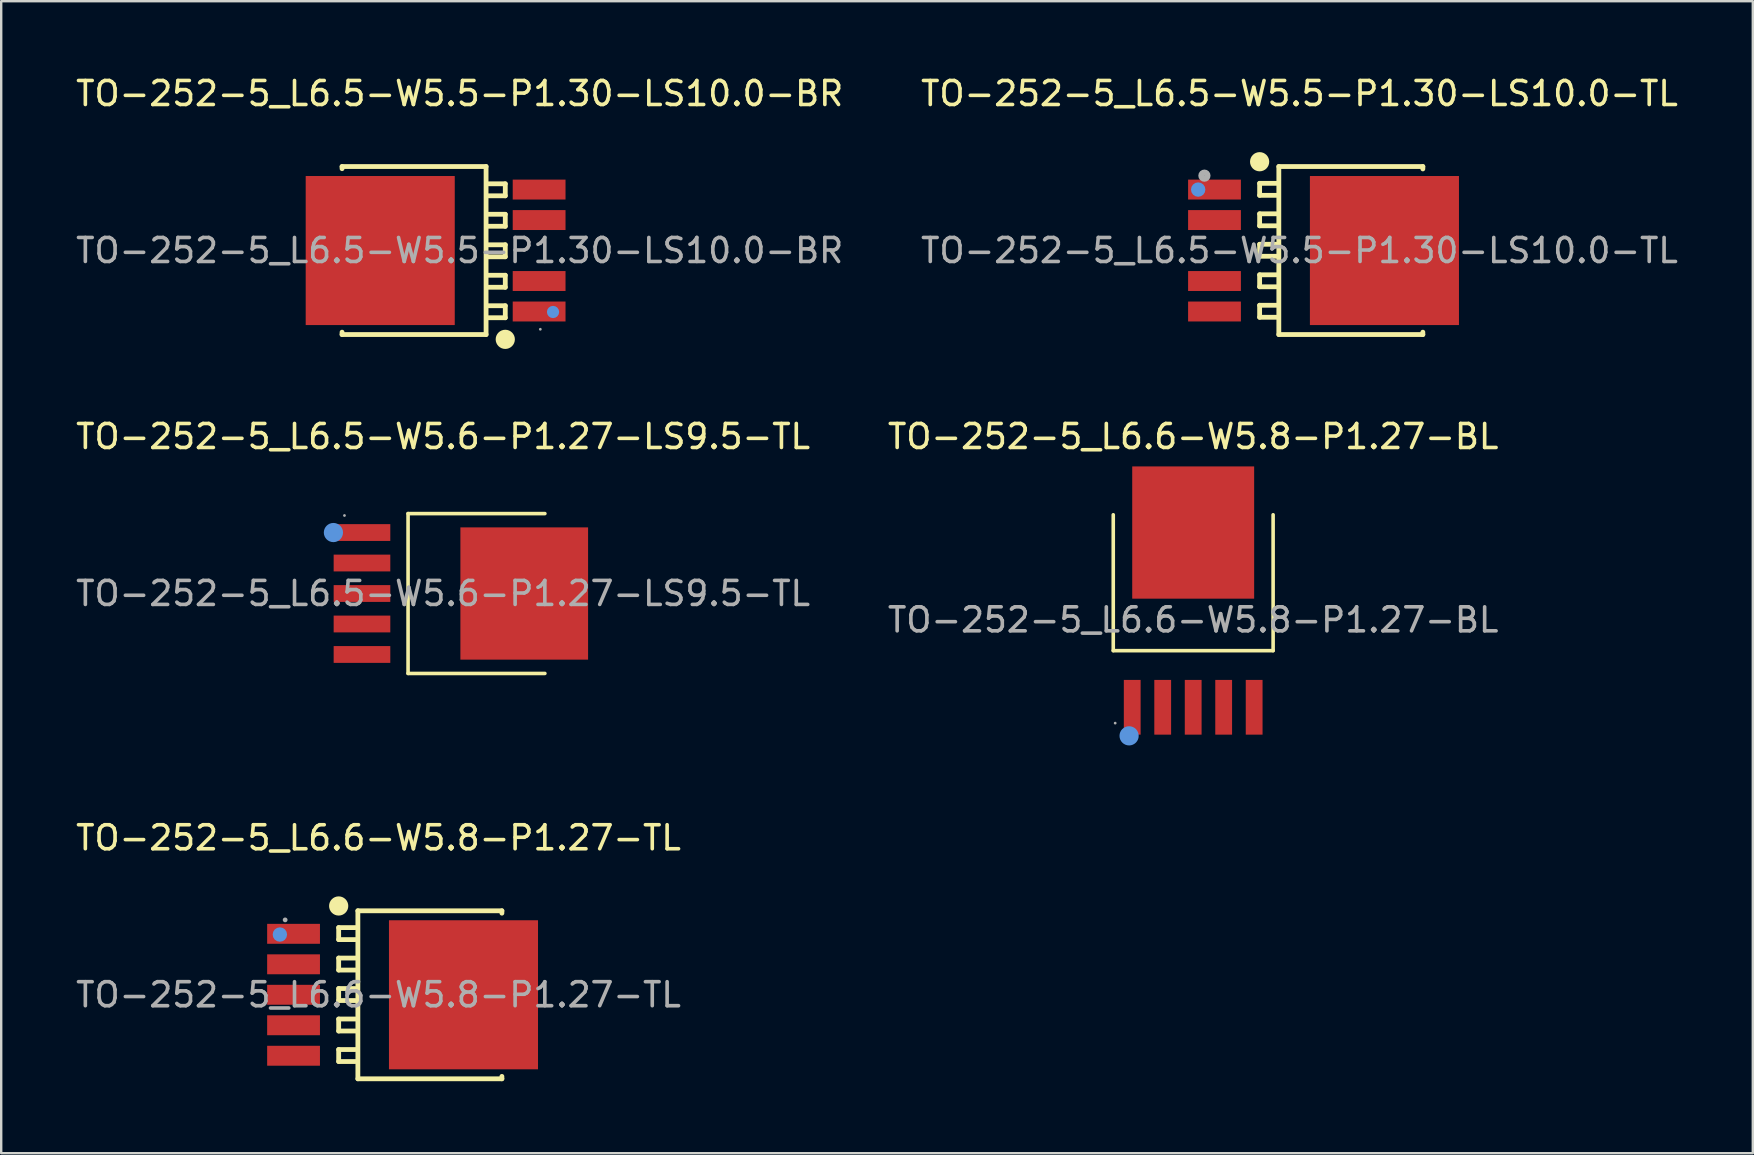
<source format=kicad_pcb>
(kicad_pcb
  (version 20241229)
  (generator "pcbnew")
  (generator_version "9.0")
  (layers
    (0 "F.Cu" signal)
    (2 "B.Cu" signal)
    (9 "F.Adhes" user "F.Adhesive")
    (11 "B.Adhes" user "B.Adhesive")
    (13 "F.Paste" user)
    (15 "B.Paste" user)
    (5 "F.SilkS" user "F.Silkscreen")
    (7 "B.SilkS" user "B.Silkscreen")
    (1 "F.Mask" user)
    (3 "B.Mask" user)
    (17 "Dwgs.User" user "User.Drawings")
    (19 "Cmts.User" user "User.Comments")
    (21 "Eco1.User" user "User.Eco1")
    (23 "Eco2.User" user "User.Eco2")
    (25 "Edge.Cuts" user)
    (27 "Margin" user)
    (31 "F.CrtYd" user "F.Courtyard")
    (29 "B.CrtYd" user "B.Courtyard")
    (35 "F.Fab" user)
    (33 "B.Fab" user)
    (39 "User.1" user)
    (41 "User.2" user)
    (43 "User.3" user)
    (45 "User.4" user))
  (footprint "TO-252-5_L6.6-W5.8-P1.27-TL"
    (layer "F.Cu")
    (at 12.72 38.395)
    (property "Reference" "TO-252-5_L6.6-W5.8-P1.27-TL" (at 0 -6.54 0) (layer "F.SilkS") (effects (font (size 1 1) (thickness 0.15))))
    (attr through_hole)
    (fp_line (start -1.66 -2.8) (end -0.96 -2.8) (stroke (width 0.2) (type solid)) (layer "F.SilkS"))
    (fp_line (start -1.66 -2.3) (end -1.66 -2.8) (stroke (width 0.2) (type solid)) (layer "F.SilkS"))
    (fp_line (start -1.66 -1.53) (end -1.66 -1.03) (stroke (width 0.2) (type solid)) (layer "F.SilkS"))
    (fp_line (start -1.66 -1.03) (end -0.96 -1.03) (stroke (width 0.2) (type solid)) (layer "F.SilkS"))
    (fp_line (start -1.66 -0.26) (end -1.66 0.24) (stroke (width 0.2) (type solid)) (layer "F.SilkS"))
    (fp_line (start -1.66 0.24) (end -0.96 0.24) (stroke (width 0.2) (type solid)) (layer "F.SilkS"))
    (fp_line (start -1.66 1.01) (end -1.66 1.51) (stroke (width 0.2) (type solid)) (layer "F.SilkS"))
    (fp_line (start -1.66 1.51) (end -0.96 1.51) (stroke (width 0.2) (type solid)) (layer "F.SilkS"))
    (fp_line (start -1.66 2.28) (end -1.66 2.78) (stroke (width 0.2) (type solid)) (layer "F.SilkS"))
    (fp_line (start -1.66 2.78) (end -0.96 2.78) (stroke (width 0.2) (type solid)) (layer "F.SilkS"))
    (fp_line (start -0.96 -2.3) (end -1.66 -2.3) (stroke (width 0.2) (type solid)) (layer "F.SilkS"))
    (fp_line (start -0.96 -1.53) (end -1.66 -1.53) (stroke (width 0.2) (type solid)) (layer "F.SilkS"))
    (fp_line (start -0.96 -0.26) (end -1.66 -0.26) (stroke (width 0.2) (type solid)) (layer "F.SilkS"))
    (fp_line (start -0.96 1.01) (end -1.66 1.01) (stroke (width 0.2) (type solid)) (layer "F.SilkS"))
    (fp_line (start -0.96 2.28) (end -1.66 2.28) (stroke (width 0.2) (type solid)) (layer "F.SilkS"))
    (fp_line (start -0.86 -3.5) (end -0.86 3.5) (stroke (width 0.2) (type solid)) (layer "F.SilkS"))
    (fp_line (start -0.86 3.5) (end 5.14 3.5) (stroke (width 0.2) (type solid)) (layer "F.SilkS"))
    (fp_line (start 5.14 -3.5) (end -0.86 -3.5) (stroke (width 0.2) (type solid)) (layer "F.SilkS"))
    (fp_line (start 5.14 -3.4) (end 5.14 -3.5) (stroke (width 0.2) (type solid)) (layer "F.SilkS"))
    (fp_line (start 5.14 3.5) (end 5.14 3.4) (stroke (width 0.2) (type solid)) (layer "F.SilkS"))
    (fp_arc (start -1.66 -3.7) (mid -1.66 -3.7) (end -1.66 -3.7) (stroke (width 0.4) (type solid)) (layer "F.SilkS"))
    (fp_circle (center -4.11 -2.51) (end -3.96 -2.51) (stroke (width 0.3) (type solid)) (fill no) (layer "Cmts.User"))
    (fp_circle (center -3.89 -3.12) (end -3.84 -3.12) (stroke (width 0.1) (type solid)) (fill no) (layer "F.Fab"))
    (fp_text user "${REFERENCE}" (at 0 0 0) (layer "F.Fab") (effects (font (size 1 1) (thickness 0.15))))
    (pad "1" smd rect (at -3.54 -2.54 270) (size 0.83 2.2) (layers "F.Cu" "F.Mask" "F.Paste"))
    (pad "2" smd rect (at -3.54 -1.27 270) (size 0.83 2.2) (layers "F.Cu" "F.Mask" "F.Paste"))
    (pad "3" smd rect (at -3.54 0 270) (size 0.83 2.2) (layers "F.Cu" "F.Mask" "F.Paste"))
    (pad "4" smd rect (at -3.54 1.27 270) (size 0.83 2.2) (layers "F.Cu" "F.Mask" "F.Paste"))
    (pad "5" smd rect (at -3.54 2.54 270) (size 0.83 2.2) (layers "F.Cu" "F.Mask" "F.Paste"))
    (pad "6" smd rect (at 3.54 0 270) (size 6.21 6.21) (layers "F.Cu" "F.Mask" "F.Paste")))
  (footprint "TO-252-5_L6.5-W5.5-P1.30-LS10.0-TL"
    (layer "F.Cu")
    (at 51.089 7.388)
    (property "Reference" "TO-252-5_L6.5-W5.5-P1.30-LS10.0-TL" (at 0 -6.54 0) (layer "F.SilkS") (effects (font (size 1 1) (thickness 0.15))))
    (attr through_hole)
    (fp_line (start -1.66 -2.8) (end -0.96 -2.8) (stroke (width 0.2) (type solid)) (layer "F.SilkS"))
    (fp_line (start -1.66 -2.3) (end -1.66 -2.8) (stroke (width 0.2) (type solid)) (layer "F.SilkS"))
    (fp_line (start -1.66 -1.53) (end -1.66 -1.03) (stroke (width 0.2) (type solid)) (layer "F.SilkS"))
    (fp_line (start -1.66 -1.03) (end -0.96 -1.03) (stroke (width 0.2) (type solid)) (layer "F.SilkS"))
    (fp_line (start -1.66 -0.26) (end -1.66 0.24) (stroke (width 0.2) (type solid)) (layer "F.SilkS"))
    (fp_line (start -1.66 0.24) (end -0.96 0.24) (stroke (width 0.2) (type solid)) (layer "F.SilkS"))
    (fp_line (start -1.66 1.01) (end -1.66 1.51) (stroke (width 0.2) (type solid)) (layer "F.SilkS"))
    (fp_line (start -1.66 1.51) (end -0.96 1.51) (stroke (width 0.2) (type solid)) (layer "F.SilkS"))
    (fp_line (start -1.66 2.28) (end -1.66 2.78) (stroke (width 0.2) (type solid)) (layer "F.SilkS"))
    (fp_line (start -1.66 2.78) (end -0.96 2.78) (stroke (width 0.2) (type solid)) (layer "F.SilkS"))
    (fp_line (start -0.96 -2.3) (end -1.66 -2.3) (stroke (width 0.2) (type solid)) (layer "F.SilkS"))
    (fp_line (start -0.96 -1.53) (end -1.66 -1.53) (stroke (width 0.2) (type solid)) (layer "F.SilkS"))
    (fp_line (start -0.96 -0.26) (end -1.66 -0.26) (stroke (width 0.2) (type solid)) (layer "F.SilkS"))
    (fp_line (start -0.96 1.01) (end -1.66 1.01) (stroke (width 0.2) (type solid)) (layer "F.SilkS"))
    (fp_line (start -0.96 2.28) (end -1.66 2.28) (stroke (width 0.2) (type solid)) (layer "F.SilkS"))
    (fp_line (start -0.86 -3.5) (end -0.86 3.5) (stroke (width 0.2) (type solid)) (layer "F.SilkS"))
    (fp_line (start -0.86 3.5) (end 5.14 3.5) (stroke (width 0.2) (type solid)) (layer "F.SilkS"))
    (fp_line (start 5.14 -3.5) (end -0.86 -3.5) (stroke (width 0.2) (type solid)) (layer "F.SilkS"))
    (fp_line (start 5.14 -3.4) (end 5.14 -3.5) (stroke (width 0.2) (type solid)) (layer "F.SilkS"))
    (fp_line (start 5.14 3.5) (end 5.14 3.4) (stroke (width 0.2) (type solid)) (layer "F.SilkS"))
    (fp_arc (start -1.66 -3.7) (mid -1.66 -3.7) (end -1.66 -3.7) (stroke (width 0.4) (type solid)) (layer "F.SilkS"))
    (fp_circle (center -4.22 -2.54) (end -4.07 -2.54) (stroke (width 0.3) (type solid)) (fill no) (layer "Cmts.User"))
    (fp_circle (center -3.96 -3.12) (end -3.83 -3.12) (stroke (width 0.25) (type solid)) (fill no) (layer "F.Fab"))
    (fp_text user "${REFERENCE}" (at 0 0 0) (layer "F.Fab") (effects (font (size 1 1) (thickness 0.15))))
    (pad "1" smd rect (at -3.54 -2.54 270) (size 0.83 2.2) (layers "F.Cu" "F.Mask" "F.Paste"))
    (pad "2" smd rect (at -3.54 -1.27 270) (size 0.83 2.2) (layers "F.Cu" "F.Mask" "F.Paste"))
    (pad "4" smd rect (at -3.54 1.27 270) (size 0.83 2.2) (layers "F.Cu" "F.Mask" "F.Paste"))
    (pad "5" smd rect (at -3.54 2.54 270) (size 0.83 2.2) (layers "F.Cu" "F.Mask" "F.Paste"))
    (pad "6" smd rect (at 3.54 0 270) (size 6.21 6.21) (layers "F.Cu" "F.Mask" "F.Paste")))
  (footprint "TO-252-5_L6.5-W5.5-P1.30-LS10.0-BR"
    (layer "F.Cu")
    (at 16.101 7.388)
    (property "Reference" "TO-252-5_L6.5-W5.5-P1.30-LS10.0-BR" (at 0 -6.54 0) (layer "F.SilkS") (effects (font (size 1 1) (thickness 0.15))))
    (attr through_hole)
    (fp_line (start -4.9 -3.5) (end -4.9 -3.41) (stroke (width 0.2) (type solid)) (layer "F.SilkS"))
    (fp_line (start -4.9 3.4) (end -4.9 3.5) (stroke (width 0.2) (type solid)) (layer "F.SilkS"))
    (fp_line (start -4.9 3.5) (end 1.1 3.5) (stroke (width 0.2) (type solid)) (layer "F.SilkS"))
    (fp_line (start 1.1 -3.5) (end -4.9 -3.5) (stroke (width 0.2) (type solid)) (layer "F.SilkS"))
    (fp_line (start 1.1 3.5) (end 1.1 -3.5) (stroke (width 0.2) (type solid)) (layer "F.SilkS"))
    (fp_line (start 1.2 -2.28) (end 1.9 -2.28) (stroke (width 0.2) (type solid)) (layer "F.SilkS"))
    (fp_line (start 1.2 -1.01) (end 1.9 -1.01) (stroke (width 0.2) (type solid)) (layer "F.SilkS"))
    (fp_line (start 1.2 0.26) (end 1.9 0.26) (stroke (width 0.2) (type solid)) (layer "F.SilkS"))
    (fp_line (start 1.2 1.53) (end 1.9 1.53) (stroke (width 0.2) (type solid)) (layer "F.SilkS"))
    (fp_line (start 1.2 2.3) (end 1.9 2.3) (stroke (width 0.2) (type solid)) (layer "F.SilkS"))
    (fp_line (start 1.9 -2.78) (end 1.2 -2.78) (stroke (width 0.2) (type solid)) (layer "F.SilkS"))
    (fp_line (start 1.9 -2.28) (end 1.9 -2.78) (stroke (width 0.2) (type solid)) (layer "F.SilkS"))
    (fp_line (start 1.9 -1.51) (end 1.2 -1.51) (stroke (width 0.2) (type solid)) (layer "F.SilkS"))
    (fp_line (start 1.9 -1.01) (end 1.9 -1.51) (stroke (width 0.2) (type solid)) (layer "F.SilkS"))
    (fp_line (start 1.9 -0.24) (end 1.2 -0.24) (stroke (width 0.2) (type solid)) (layer "F.SilkS"))
    (fp_line (start 1.9 0.26) (end 1.9 -0.24) (stroke (width 0.2) (type solid)) (layer "F.SilkS"))
    (fp_line (start 1.9 1.03) (end 1.2 1.03) (stroke (width 0.2) (type solid)) (layer "F.SilkS"))
    (fp_line (start 1.9 1.53) (end 1.9 1.03) (stroke (width 0.2) (type solid)) (layer "F.SilkS"))
    (fp_line (start 1.9 2.3) (end 1.9 2.8) (stroke (width 0.2) (type solid)) (layer "F.SilkS"))
    (fp_line (start 1.9 2.8) (end 1.2 2.8) (stroke (width 0.2) (type solid)) (layer "F.SilkS"))
    (fp_arc (start 1.9 3.7) (mid 1.9 3.7) (end 1.9 3.7) (stroke (width 0.4) (type solid)) (layer "F.SilkS"))
    (fp_circle (center 3.89 2.56) (end 4.02 2.56) (stroke (width 0.25) (type solid)) (fill no) (layer "Cmts.User"))
    (fp_circle (center 3.36 3.28) (end 3.39 3.28) (stroke (width 0.06) (type solid)) (fill no) (layer "F.Fab"))
    (fp_text user "${REFERENCE}" (at 0 0 0) (layer "F.Fab") (effects (font (size 1 1) (thickness 0.15))))
    (pad "1" smd rect (at 3.31 2.54 90) (size 0.83 2.2) (layers "F.Cu" "F.Mask" "F.Paste"))
    (pad "2" smd rect (at 3.31 1.27 90) (size 0.83 2.2) (layers "F.Cu" "F.Mask" "F.Paste"))
    (pad "4" smd rect (at 3.31 -1.27 90) (size 0.83 2.2) (layers "F.Cu" "F.Mask" "F.Paste"))
    (pad "5" smd rect (at 3.31 -2.54 90) (size 0.83 2.2) (layers "F.Cu" "F.Mask" "F.Paste"))
    (pad "6" smd rect (at -3.31 0 90) (size 6.21 6.21) (layers "F.Cu" "F.Mask" "F.Paste")))
  (footprint "TO-252-5_L6.6-W5.8-P1.27-BL"
    (layer "F.Cu")
    (at 46.661 22.777)
    (property "Reference" "TO-252-5_L6.6-W5.8-P1.27-BL" (at 0 -7.64 0) (layer "F.SilkS") (effects (font (size 1 1) (thickness 0.15))))
    (attr through_hole)
    (fp_line (start -3.33 -4.38) (end -3.33 1.28) (stroke (width 0.15) (type solid)) (layer "F.SilkS"))
    (fp_line (start -3.33 1.28) (end 3.33 1.28) (stroke (width 0.15) (type solid)) (layer "F.SilkS"))
    (fp_line (start 3.33 -4.38) (end 3.33 1.28) (stroke (width 0.15) (type solid)) (layer "F.SilkS"))
    (fp_circle (center -2.67 4.83) (end -2.47 4.83) (stroke (width 0.4) (type solid)) (fill no) (layer "Cmts.User"))
    (fp_circle (center -3.25 4.3) (end -3.22 4.3) (stroke (width 0.06) (type solid)) (fill no) (layer "F.Fab"))
    (fp_text user "${REFERENCE}" (at 0 0 0) (layer "F.Fab") (effects (font (size 1 1) (thickness 0.15))))
    (pad "1" smd rect (at -2.54 3.64) (size 0.7 2.28) (layers "F.Cu" "F.Mask" "F.Paste"))
    (pad "2" smd rect (at -1.27 3.64) (size 0.7 2.28) (layers "F.Cu" "F.Mask" "F.Paste"))
    (pad "3" smd rect (at 0 3.64) (size 0.7 2.28) (layers "F.Cu" "F.Mask" "F.Paste"))
    (pad "4" smd rect (at 1.27 3.64) (size 0.7 2.28) (layers "F.Cu" "F.Mask" "F.Paste"))
    (pad "5" smd rect (at 2.54 3.64) (size 0.7 2.28) (layers "F.Cu" "F.Mask" "F.Paste"))
    (pad "6" smd rect (at 0 -3.64) (size 5.08 5.51) (layers "F.Cu" "F.Mask" "F.Paste")))
  (footprint "TO-252-5_L6.5-W5.6-P1.27-LS9.5-TL"
    (layer "F.Cu")
    (at 15.411 21.677)
    (property "Reference" "TO-252-5_L6.5-W5.6-P1.27-LS9.5-TL" (at 0 -6.54 0) (layer "F.SilkS") (effects (font (size 1 1) (thickness 0.15))))
    (attr through_hole)
    (fp_line (start -1.46 -3.33) (end -1.46 3.33) (stroke (width 0.15) (type solid)) (layer "F.SilkS"))
    (fp_line (start 4.24 -3.33) (end -1.46 -3.33) (stroke (width 0.15) (type solid)) (layer "F.SilkS"))
    (fp_line (start 4.24 3.33) (end -1.46 3.33) (stroke (width 0.15) (type solid)) (layer "F.SilkS"))
    (fp_circle (center -4.57 -2.54) (end -4.37 -2.54) (stroke (width 0.4) (type solid)) (fill no) (layer "Cmts.User"))
    (fp_circle (center -4.11 -3.25) (end -4.08 -3.25) (stroke (width 0.06) (type solid)) (fill no) (layer "F.Fab"))
    (fp_text user "${REFERENCE}" (at 0 0 0) (layer "F.Fab") (effects (font (size 1 1) (thickness 0.15))))
    (pad "1" smd rect (at -3.38 -2.54) (size 2.36 0.7) (layers "F.Cu" "F.Mask" "F.Paste"))
    (pad "2" smd rect (at -3.38 -1.27) (size 2.36 0.7) (layers "F.Cu" "F.Mask" "F.Paste"))
    (pad "3" smd rect (at -3.38 0) (size 2.36 0.7) (layers "F.Cu" "F.Mask" "F.Paste"))
    (pad "4" smd rect (at -3.38 1.27) (size 2.36 0.7) (layers "F.Cu" "F.Mask" "F.Paste"))
    (pad "5" smd rect (at -3.38 2.54) (size 2.36 0.7) (layers "F.Cu" "F.Mask" "F.Paste"))
    (pad "6" smd rect (at 3.38 0) (size 5.32 5.51) (layers "F.Cu" "F.Mask" "F.Paste")))
  (gr_rect
    (start -3 -3)
    (end 69.976 44.995)
    (stroke (width 0.1) (type default))
    (fill no)
    (layer "Edge.Cuts")))
</source>
